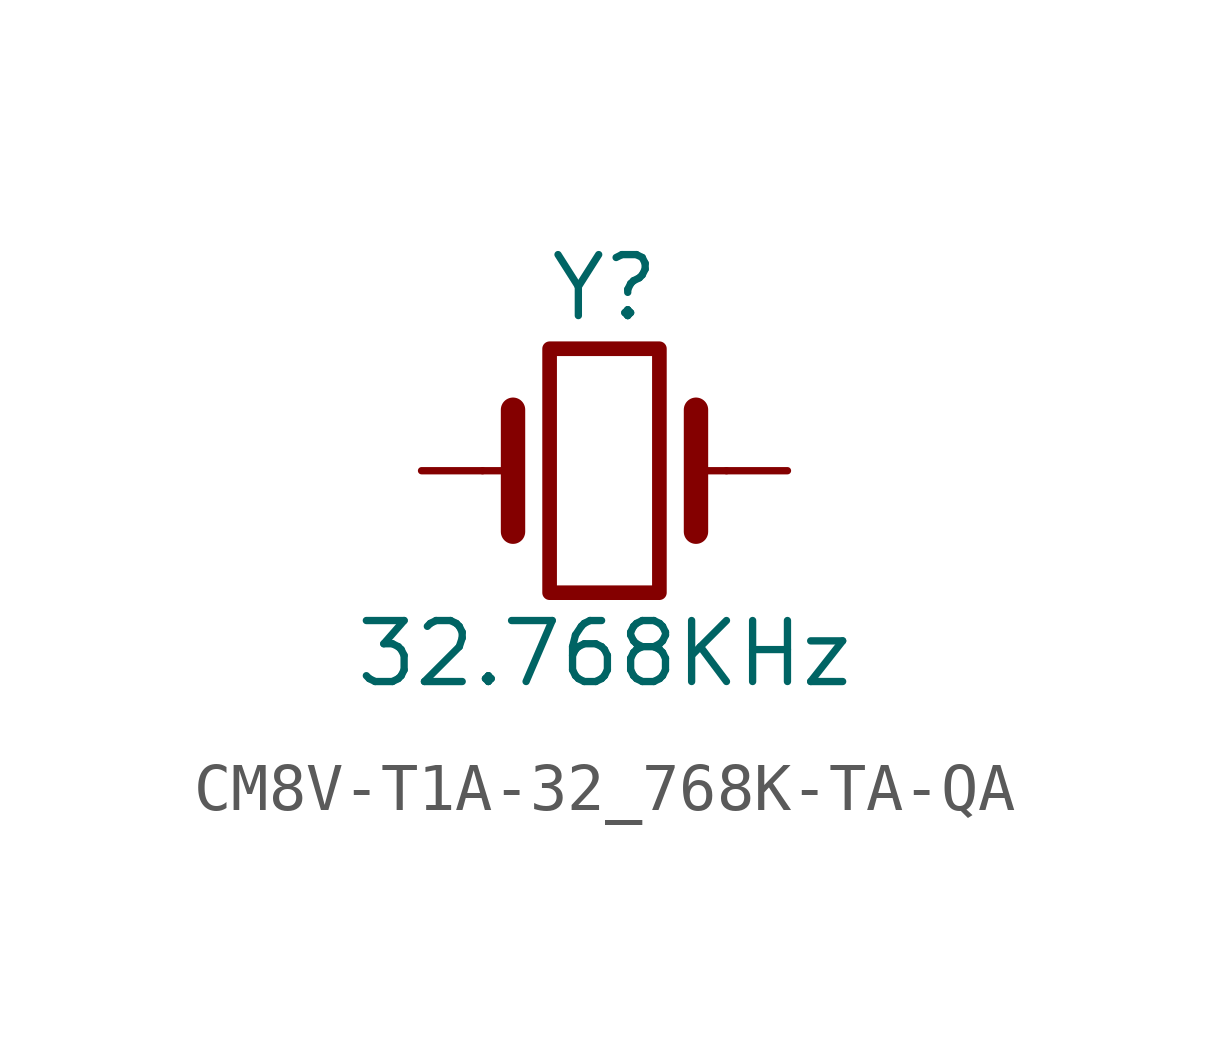
<source format=kicad_sym>
(kicad_symbol_lib
  (version 20231120)
  (generator "kicad_symbol_editor")
  (generator_version "8.0")
  (symbol "CM8V-T1A-32_768K-TA-QA"
    (pin_numbers hide)
    (pin_names
      (offset 1.016) hide)
    (property "Reference" "Y"
      (at 0 3.81 0)
      (effects (font (size 1.27 1.27))))
    (property "Value" "32.768KHz"
      (at 0 -3.81 0)
      (effects (font (size 1.27 1.27))))
    (symbol "CM8V-T1A-32_768K-TA-QA_0_1"
      (rectangle (start -1.143 2.54) (end 1.143 -2.54) (stroke (width 0.305) (type default)) (fill (type none)))
      (polyline (pts (xy -2.54 0) (xy -1.905 0)) (stroke (width 0) (type default)) (fill (type none)))
      (polyline (pts (xy -1.905 -1.27) (xy -1.905 1.27)) (stroke (width 0.508) (type default)) (fill (type none)))
      (polyline (pts (xy 1.905 -1.27) (xy 1.905 1.27)) (stroke (width 0.508) (type default)) (fill (type none)))
      (polyline (pts (xy 2.54 0) (xy 1.905 0)) (stroke (width 0) (type default)) (fill (type none))))
    (symbol "CM8V-T1A-32_768K-TA-QA_1_1"
      (pin passive line (at -3.81 0 0) (length 1.27) (name "1" (effects (font (size 1.27 1.27)))) (number "1" (effects (font (size 1.27 1.27)))))
      (pin passive line (at 3.81 0 180) (length 1.27) (name "2" (effects (font (size 1.27 1.27)))) (number "2" (effects (font (size 1.27 1.27))))))))
</source>
